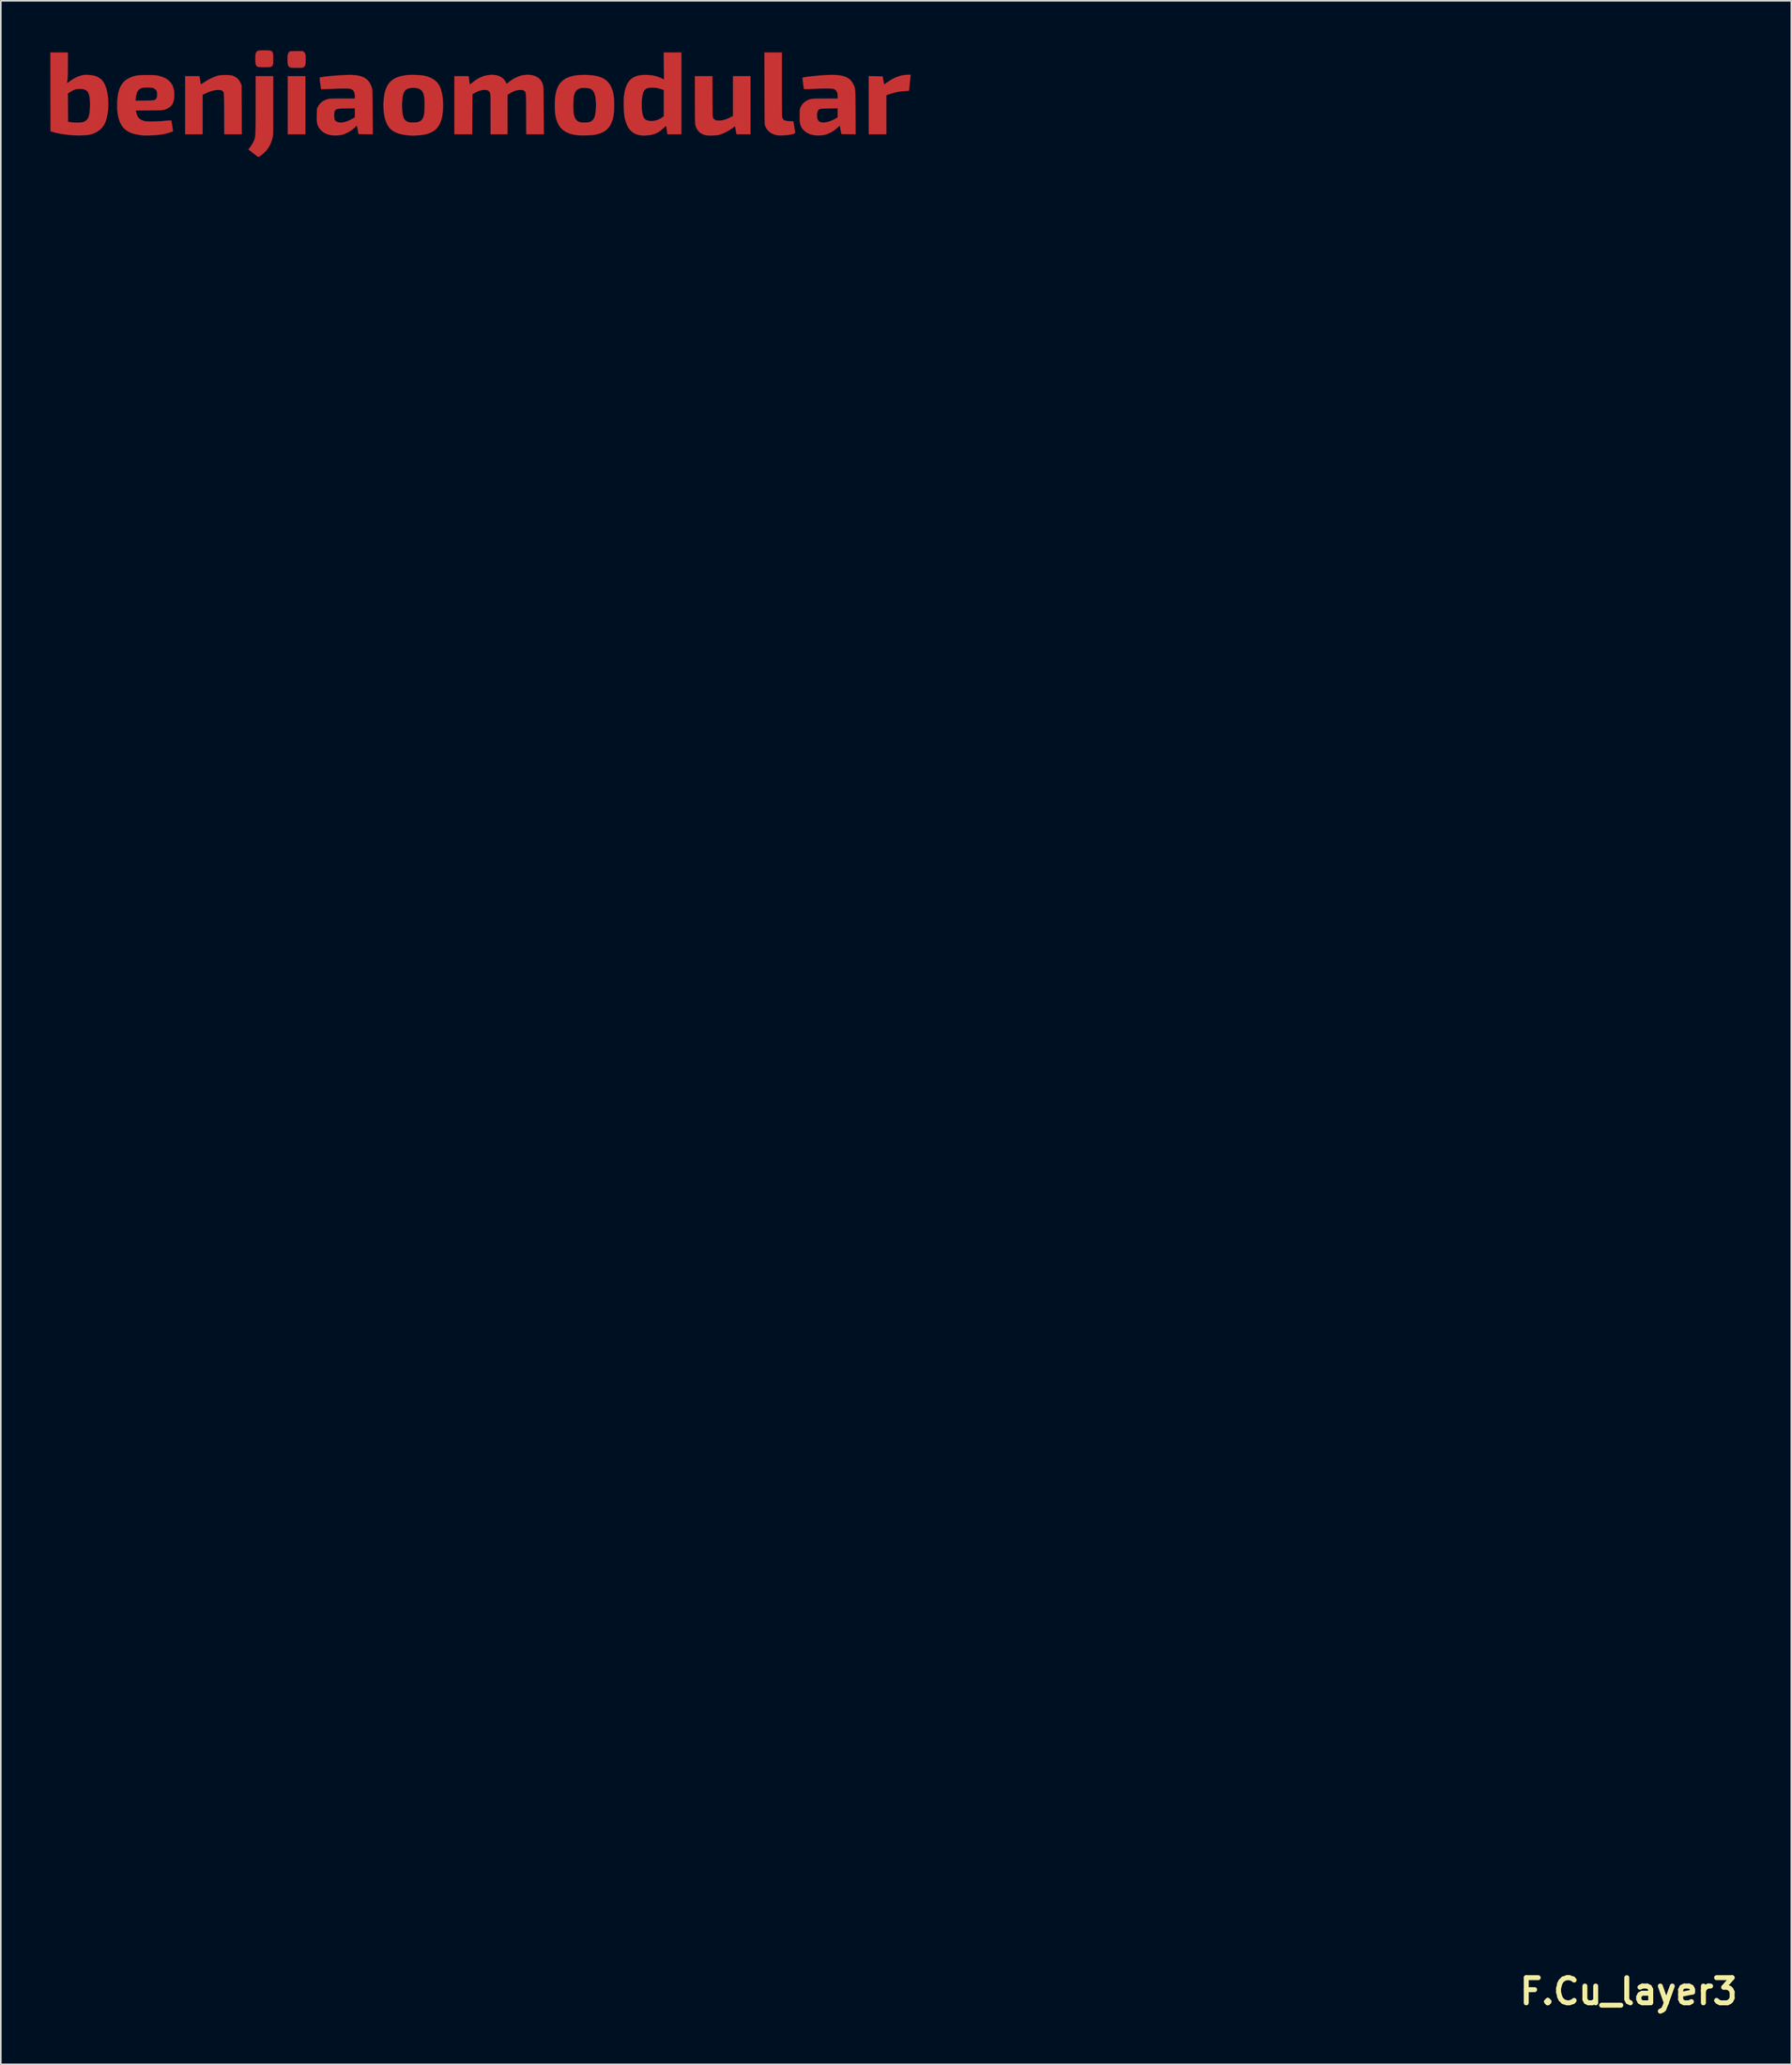
<source format=kicad_pcb>
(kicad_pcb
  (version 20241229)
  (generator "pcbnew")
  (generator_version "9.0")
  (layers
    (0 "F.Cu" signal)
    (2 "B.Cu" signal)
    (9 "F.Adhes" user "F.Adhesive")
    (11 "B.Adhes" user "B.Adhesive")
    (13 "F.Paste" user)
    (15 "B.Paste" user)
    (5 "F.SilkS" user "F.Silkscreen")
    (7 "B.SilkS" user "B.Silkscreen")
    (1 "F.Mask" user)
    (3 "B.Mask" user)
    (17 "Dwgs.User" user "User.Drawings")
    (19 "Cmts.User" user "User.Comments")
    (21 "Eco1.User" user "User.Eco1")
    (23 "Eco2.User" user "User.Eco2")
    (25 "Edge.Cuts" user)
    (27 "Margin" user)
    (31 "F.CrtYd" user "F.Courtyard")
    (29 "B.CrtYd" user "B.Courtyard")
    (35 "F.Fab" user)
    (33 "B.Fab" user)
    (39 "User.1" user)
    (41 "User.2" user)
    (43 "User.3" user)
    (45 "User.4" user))
  (footprint "F.Cu_layer3"
    (layer "F.Cu")
    (at 95.679 117.67)
    (property "Reference" "F.Cu_layer3" (at 0 0 0) (layer "F.SilkS") (effects (font (size 1.524 1.524) (thickness 0.3))))
    (attr through_hole)
    (fp_poly (pts (xy -80.222 -112.585) (xy -81.28 -112.585) (xy -81.28 -116.099) (xy -80.222 -116.099) (xy -80.222 -112.585)) (stroke (width 0.01) (type solid)) (fill yes) (layer "F.Cu"))
    (fp_poly (pts (xy -43.531 -116.115) (xy -43.536 -116.073) (xy -43.544 -115.996) (xy -43.555 -115.893) (xy -43.568 -115.772) (xy -43.582 -115.64) (xy -43.582 -115.636) (xy -43.595 -115.509) (xy -43.607 -115.398) (xy -43.617 -115.308) (xy -43.625 -115.248) (xy -43.629 -115.222) (xy -43.629 -115.221) (xy -43.651 -115.218) (xy -43.708 -115.213) (xy -43.792 -115.206) (xy -43.896 -115.198) (xy -43.953 -115.194) (xy -44.1 -115.181) (xy -44.231 -115.165) (xy -44.355 -115.143) (xy -44.485 -115.112) (xy -44.632 -115.071) (xy -44.803 -115.017) (xy -45 -114.954) (xy -45 -112.585) (xy -46.059 -112.585) (xy -46.059 -116.1) (xy -45.224 -116.089) (xy -45.181 -115.849) (xy -45.163 -115.755) (xy -45.146 -115.677) (xy -45.132 -115.624) (xy -45.124 -115.606) (xy -45.102 -115.616) (xy -45.055 -115.646) (xy -44.991 -115.69) (xy -44.965 -115.709) (xy -44.702 -115.885) (xy -44.443 -116.02) (xy -44.186 -116.114) (xy -43.929 -116.169) (xy -43.701 -116.184) (xy -43.521 -116.184) (xy -43.531 -116.115)) (stroke (width 0.01) (type solid)) (fill yes) (layer "F.Cu"))
    (fp_poly (pts (xy -82.548 -117.664) (xy -82.42 -117.657) (xy -82.324 -117.64) (xy -82.257 -117.609) (xy -82.212 -117.558) (xy -82.186 -117.483) (xy -82.173 -117.38) (xy -82.169 -117.244) (xy -82.169 -117.153) (xy -82.17 -117.026) (xy -82.172 -116.934) (xy -82.177 -116.868) (xy -82.185 -116.821) (xy -82.197 -116.786) (xy -82.211 -116.76) (xy -82.254 -116.708) (xy -82.302 -116.673) (xy -82.308 -116.67) (xy -82.356 -116.661) (xy -82.435 -116.654) (xy -82.537 -116.65) (xy -82.653 -116.649) (xy -82.773 -116.65) (xy -82.889 -116.654) (xy -82.992 -116.661) (xy -83.071 -116.669) (xy -83.119 -116.679) (xy -83.124 -116.681) (xy -83.171 -116.718) (xy -83.205 -116.774) (xy -83.229 -116.855) (xy -83.243 -116.965) (xy -83.248 -117.11) (xy -83.249 -117.159) (xy -83.246 -117.303) (xy -83.238 -117.412) (xy -83.221 -117.493) (xy -83.195 -117.551) (xy -83.156 -117.595) (xy -83.117 -117.623) (xy -83.087 -117.639) (xy -83.051 -117.651) (xy -83.004 -117.658) (xy -82.936 -117.663) (xy -82.842 -117.665) (xy -82.713 -117.665) (xy -82.548 -117.664)) (stroke (width 0.01) (type solid)) (fill yes) (layer "F.Cu"))
    (fp_poly (pts (xy -80.454 -117.62) (xy -80.404 -117.616) (xy -80.369 -117.608) (xy -80.344 -117.597) (xy -80.321 -117.58) (xy -80.319 -117.579) (xy -80.274 -117.536) (xy -80.242 -117.486) (xy -80.22 -117.421) (xy -80.207 -117.333) (xy -80.201 -117.215) (xy -80.201 -117.115) (xy -80.203 -116.971) (xy -80.211 -116.861) (xy -80.228 -116.781) (xy -80.254 -116.722) (xy -80.292 -116.678) (xy -80.332 -116.65) (xy -80.362 -116.634) (xy -80.397 -116.622) (xy -80.444 -116.615) (xy -80.509 -116.61) (xy -80.602 -116.608) (xy -80.729 -116.608) (xy -80.74 -116.608) (xy -80.893 -116.61) (xy -81.007 -116.615) (xy -81.088 -116.623) (xy -81.14 -116.636) (xy -81.146 -116.638) (xy -81.201 -116.672) (xy -81.242 -116.722) (xy -81.269 -116.795) (xy -81.287 -116.898) (xy -81.297 -117.035) (xy -81.297 -117.042) (xy -81.298 -117.224) (xy -81.285 -117.369) (xy -81.257 -117.477) (xy -81.215 -117.551) (xy -81.203 -117.562) (xy -81.183 -117.58) (xy -81.16 -117.593) (xy -81.128 -117.603) (xy -81.081 -117.609) (xy -81.013 -117.613) (xy -80.915 -117.616) (xy -80.783 -117.619) (xy -80.764 -117.619) (xy -80.627 -117.621) (xy -80.526 -117.622) (xy -80.454 -117.62)) (stroke (width 0.01) (type solid)) (fill yes) (layer "F.Cu"))
    (fp_poly (pts (xy -82.169 -114.316) (xy -82.169 -113.999) (xy -82.169 -113.721) (xy -82.17 -113.48) (xy -82.17 -113.273) (xy -82.171 -113.096) (xy -82.172 -112.946) (xy -82.174 -112.822) (xy -82.176 -112.719) (xy -82.179 -112.635) (xy -82.182 -112.567) (xy -82.186 -112.512) (xy -82.191 -112.467) (xy -82.196 -112.429) (xy -82.203 -112.395) (xy -82.21 -112.362) (xy -82.211 -112.357) (xy -82.292 -112.096) (xy -82.402 -111.861) (xy -82.546 -111.647) (xy -82.643 -111.533) (xy -82.7 -111.476) (xy -82.773 -111.411) (xy -82.852 -111.347) (xy -82.93 -111.289) (xy -82.998 -111.243) (xy -83.048 -111.215) (xy -83.067 -111.21) (xy -83.09 -111.223) (xy -83.141 -111.257) (xy -83.213 -111.31) (xy -83.301 -111.376) (xy -83.38 -111.437) (xy -83.67 -111.663) (xy -83.618 -111.727) (xy -83.538 -111.834) (xy -83.46 -111.951) (xy -83.392 -112.064) (xy -83.342 -112.162) (xy -83.333 -112.184) (xy -83.315 -112.231) (xy -83.299 -112.275) (xy -83.285 -112.321) (xy -83.273 -112.371) (xy -83.263 -112.427) (xy -83.254 -112.494) (xy -83.247 -112.573) (xy -83.241 -112.667) (xy -83.237 -112.781) (xy -83.234 -112.916) (xy -83.231 -113.075) (xy -83.229 -113.262) (xy -83.228 -113.479) (xy -83.228 -113.73) (xy -83.227 -114.017) (xy -83.227 -114.343) (xy -83.227 -116.099) (xy -82.169 -116.099) (xy -82.169 -114.316)) (stroke (width 0.01) (type solid)) (fill yes) (layer "F.Cu"))
    (fp_poly (pts (xy -84.971 -116.173) (xy -84.826 -116.165) (xy -84.702 -116.147) (xy -84.619 -116.126) (xy -84.452 -116.047) (xy -84.319 -115.945) (xy -84.213 -115.816) (xy -84.133 -115.658) (xy -84.085 -115.538) (xy -84.079 -114.062) (xy -84.073 -112.585) (xy -85.131 -112.585) (xy -85.137 -113.829) (xy -85.138 -114.091) (xy -85.14 -114.314) (xy -85.141 -114.501) (xy -85.143 -114.656) (xy -85.145 -114.782) (xy -85.147 -114.883) (xy -85.151 -114.961) (xy -85.154 -115.021) (xy -85.159 -115.065) (xy -85.165 -115.097) (xy -85.171 -115.121) (xy -85.179 -115.139) (xy -85.181 -115.143) (xy -85.227 -115.203) (xy -85.291 -115.243) (xy -85.379 -115.265) (xy -85.498 -115.271) (xy -85.566 -115.269) (xy -85.692 -115.257) (xy -85.819 -115.231) (xy -85.955 -115.19) (xy -86.111 -115.13) (xy -86.267 -115.061) (xy -86.445 -114.979) (xy -86.445 -112.585) (xy -87.503 -112.585) (xy -87.503 -116.099) (xy -86.643 -116.099) (xy -86.606 -115.882) (xy -86.589 -115.788) (xy -86.574 -115.706) (xy -86.563 -115.649) (xy -86.558 -115.629) (xy -86.548 -115.617) (xy -86.525 -115.62) (xy -86.484 -115.641) (xy -86.418 -115.683) (xy -86.35 -115.73) (xy -86.183 -115.836) (xy -86.001 -115.936) (xy -85.817 -116.024) (xy -85.642 -116.093) (xy -85.543 -116.124) (xy -85.423 -116.149) (xy -85.28 -116.165) (xy -85.126 -116.174) (xy -84.971 -116.173)) (stroke (width 0.01) (type solid)) (fill yes) (layer "F.Cu"))
    (fp_poly (pts (xy -51.329 -115.575) (xy -51.329 -115.241) (xy -51.329 -114.947) (xy -51.329 -114.69) (xy -51.328 -114.468) (xy -51.327 -114.277) (xy -51.326 -114.115) (xy -51.325 -113.981) (xy -51.323 -113.87) (xy -51.321 -113.78) (xy -51.318 -113.71) (xy -51.315 -113.655) (xy -51.311 -113.614) (xy -51.306 -113.584) (xy -51.301 -113.562) (xy -51.295 -113.546) (xy -51.292 -113.539) (xy -51.247 -113.476) (xy -51.184 -113.429) (xy -51.095 -113.398) (xy -50.976 -113.379) (xy -50.862 -113.372) (xy -50.637 -113.364) (xy -50.581 -113.033) (xy -50.562 -112.918) (xy -50.545 -112.815) (xy -50.533 -112.734) (xy -50.526 -112.682) (xy -50.525 -112.668) (xy -50.545 -112.642) (xy -50.601 -112.616) (xy -50.686 -112.591) (xy -50.794 -112.568) (xy -50.919 -112.547) (xy -51.053 -112.53) (xy -51.191 -112.517) (xy -51.325 -112.51) (xy -51.45 -112.509) (xy -51.559 -112.515) (xy -51.618 -112.523) (xy -51.821 -112.578) (xy -51.997 -112.665) (xy -52.144 -112.783) (xy -52.263 -112.931) (xy -52.334 -113.069) (xy -52.341 -113.085) (xy -52.347 -113.104) (xy -52.353 -113.127) (xy -52.357 -113.156) (xy -52.362 -113.195) (xy -52.365 -113.245) (xy -52.368 -113.309) (xy -52.371 -113.391) (xy -52.373 -113.491) (xy -52.375 -113.614) (xy -52.376 -113.76) (xy -52.378 -113.934) (xy -52.379 -114.137) (xy -52.38 -114.371) (xy -52.381 -114.64) (xy -52.382 -114.946) (xy -52.383 -115.291) (xy -52.383 -115.353) (xy -52.388 -117.538) (xy -51.329 -117.538) (xy -51.329 -115.575)) (stroke (width 0.01) (type solid)) (fill yes) (layer "F.Cu"))
    (fp_poly (pts (xy -55.537 -114.852) (xy -55.535 -114.591) (xy -55.534 -114.369) (xy -55.533 -114.183) (xy -55.531 -114.029) (xy -55.53 -113.904) (xy -55.527 -113.804) (xy -55.524 -113.727) (xy -55.521 -113.669) (xy -55.516 -113.627) (xy -55.511 -113.597) (xy -55.504 -113.575) (xy -55.496 -113.56) (xy -55.487 -113.546) (xy -55.486 -113.545) (xy -55.427 -113.48) (xy -55.359 -113.439) (xy -55.271 -113.416) (xy -55.154 -113.409) (xy -55.134 -113.409) (xy -54.984 -113.419) (xy -54.836 -113.449) (xy -54.678 -113.502) (xy -54.502 -113.582) (xy -54.478 -113.594) (xy -54.292 -113.687) (xy -54.292 -116.099) (xy -53.234 -116.099) (xy -53.234 -112.585) (xy -53.657 -112.585) (xy -53.786 -112.586) (xy -53.899 -112.587) (xy -53.99 -112.588) (xy -54.052 -112.59) (xy -54.08 -112.592) (xy -54.081 -112.592) (xy -54.084 -112.619) (xy -54.094 -112.676) (xy -54.108 -112.752) (xy -54.124 -112.837) (xy -54.14 -112.921) (xy -54.154 -112.993) (xy -54.165 -113.044) (xy -54.17 -113.062) (xy -54.188 -113.053) (xy -54.233 -113.024) (xy -54.297 -112.979) (xy -54.345 -112.944) (xy -54.557 -112.804) (xy -54.782 -112.684) (xy -55.005 -112.59) (xy -55.054 -112.573) (xy -55.132 -112.55) (xy -55.203 -112.533) (xy -55.276 -112.522) (xy -55.365 -112.515) (xy -55.478 -112.51) (xy -55.552 -112.508) (xy -55.703 -112.507) (xy -55.819 -112.51) (xy -55.907 -112.518) (xy -55.976 -112.531) (xy -55.981 -112.532) (xy -56.161 -112.6) (xy -56.309 -112.695) (xy -56.426 -112.818) (xy -56.514 -112.971) (xy -56.567 -113.126) (xy -56.574 -113.156) (xy -56.579 -113.195) (xy -56.584 -113.245) (xy -56.588 -113.311) (xy -56.591 -113.394) (xy -56.594 -113.498) (xy -56.596 -113.627) (xy -56.598 -113.783) (xy -56.599 -113.969) (xy -56.599 -114.189) (xy -56.6 -114.446) (xy -56.6 -114.675) (xy -56.6 -116.099) (xy -55.543 -116.099) (xy -55.537 -114.852)) (stroke (width 0.01) (type solid)) (fill yes) (layer "F.Cu"))
    (fp_poly (pts (xy -57.425 -112.585) (xy -58.267 -112.585) (xy -58.304 -112.834) (xy -58.319 -112.932) (xy -58.332 -113.013) (xy -58.343 -113.069) (xy -58.348 -113.091) (xy -58.365 -113.081) (xy -58.407 -113.047) (xy -58.465 -112.995) (xy -58.522 -112.943) (xy -58.67 -112.815) (xy -58.809 -112.717) (xy -58.952 -112.642) (xy -59.074 -112.595) (xy -59.259 -112.546) (xy -59.464 -112.516) (xy -59.671 -112.504) (xy -59.864 -112.514) (xy -59.928 -112.523) (xy -60.126 -112.572) (xy -60.299 -112.651) (xy -60.449 -112.76) (xy -60.578 -112.901) (xy -60.686 -113.076) (xy -60.775 -113.287) (xy -60.846 -113.535) (xy -60.866 -113.623) (xy -60.88 -113.716) (xy -60.892 -113.842) (xy -60.902 -113.993) (xy -60.909 -114.16) (xy -60.913 -114.333) (xy -60.914 -114.401) (xy -59.831 -114.401) (xy -59.827 -114.213) (xy -59.82 -114.105) (xy -59.802 -113.94) (xy -59.78 -113.809) (xy -59.752 -113.704) (xy -59.716 -113.617) (xy -59.681 -113.558) (xy -59.618 -113.483) (xy -59.538 -113.433) (xy -59.431 -113.402) (xy -59.377 -113.393) (xy -59.31 -113.385) (xy -59.252 -113.382) (xy -59.188 -113.384) (xy -59.107 -113.392) (xy -59.032 -113.4) (xy -58.94 -113.423) (xy -58.827 -113.466) (xy -58.708 -113.524) (xy -58.594 -113.591) (xy -58.578 -113.602) (xy -58.483 -113.667) (xy -58.483 -115.27) (xy -58.626 -115.312) (xy -58.716 -115.339) (xy -58.805 -115.364) (xy -58.864 -115.381) (xy -58.945 -115.395) (xy -59.052 -115.404) (xy -59.171 -115.408) (xy -59.29 -115.406) (xy -59.393 -115.398) (xy -59.47 -115.385) (xy -59.473 -115.384) (xy -59.584 -115.329) (xy -59.672 -115.239) (xy -59.738 -115.113) (xy -59.753 -115.068) (xy -59.785 -114.936) (xy -59.809 -114.773) (xy -59.824 -114.591) (xy -59.831 -114.401) (xy -60.914 -114.401) (xy -60.914 -114.504) (xy -60.912 -114.664) (xy -60.907 -114.804) (xy -60.898 -114.912) (xy -60.854 -115.188) (xy -60.789 -115.427) (xy -60.701 -115.631) (xy -60.591 -115.801) (xy -60.456 -115.938) (xy -60.294 -116.043) (xy -60.106 -116.118) (xy -59.888 -116.163) (xy -59.641 -116.18) (xy -59.489 -116.178) (xy -59.192 -116.149) (xy -58.921 -116.089) (xy -58.677 -115.999) (xy -58.632 -115.977) (xy -58.473 -115.898) (xy -58.488 -117.538) (xy -57.425 -117.538) (xy -57.425 -112.585)) (stroke (width 0.01) (type solid)) (fill yes) (layer "F.Cu"))
    (fp_poly (pts (xy -94.615 -116.803) (xy -94.616 -116.569) (xy -94.618 -116.372) (xy -94.622 -116.208) (xy -94.628 -116.07) (xy -94.636 -115.955) (xy -94.646 -115.857) (xy -94.659 -115.77) (xy -94.67 -115.711) (xy -94.674 -115.687) (xy -94.668 -115.677) (xy -94.647 -115.684) (xy -94.606 -115.711) (xy -94.54 -115.76) (xy -94.496 -115.794) (xy -94.254 -115.955) (xy -94.004 -116.075) (xy -93.79 -116.144) (xy -93.698 -116.165) (xy -93.616 -116.177) (xy -93.53 -116.182) (xy -93.425 -116.18) (xy -93.366 -116.178) (xy -93.171 -116.16) (xy -93.007 -116.127) (xy -92.862 -116.076) (xy -92.728 -116.003) (xy -92.719 -115.997) (xy -92.629 -115.934) (xy -92.561 -115.875) (xy -92.504 -115.808) (xy -92.444 -115.718) (xy -92.427 -115.689) (xy -92.342 -115.516) (xy -92.273 -115.311) (xy -92.222 -115.081) (xy -92.186 -114.832) (xy -92.168 -114.572) (xy -92.166 -114.308) (xy -92.182 -114.047) (xy -92.214 -113.795) (xy -92.264 -113.56) (xy -92.331 -113.348) (xy -92.387 -113.221) (xy -92.503 -113.035) (xy -92.652 -112.874) (xy -92.829 -112.742) (xy -93.034 -112.639) (xy -93.261 -112.568) (xy -93.286 -112.562) (xy -93.447 -112.537) (xy -93.64 -112.52) (xy -93.854 -112.511) (xy -94.079 -112.512) (xy -94.306 -112.522) (xy -94.435 -112.532) (xy -94.682 -112.559) (xy -94.916 -112.591) (xy -95.13 -112.627) (xy -95.317 -112.665) (xy -95.469 -112.706) (xy -95.483 -112.71) (xy -95.663 -112.767) (xy -95.668 -115.057) (xy -94.615 -115.057) (xy -94.61 -114.197) (xy -94.604 -113.337) (xy -94.467 -113.313) (xy -94.357 -113.299) (xy -94.228 -113.29) (xy -94.089 -113.286) (xy -93.953 -113.288) (xy -93.83 -113.295) (xy -93.731 -113.307) (xy -93.687 -113.317) (xy -93.56 -113.375) (xy -93.454 -113.464) (xy -93.385 -113.564) (xy -93.344 -113.671) (xy -93.312 -113.81) (xy -93.288 -113.975) (xy -93.274 -114.155) (xy -93.268 -114.344) (xy -93.271 -114.532) (xy -93.284 -114.712) (xy -93.307 -114.874) (xy -93.336 -114.997) (xy -93.389 -115.122) (xy -93.465 -115.216) (xy -93.569 -115.282) (xy -93.701 -115.321) (xy -93.865 -115.335) (xy -93.934 -115.334) (xy -94.05 -115.324) (xy -94.152 -115.304) (xy -94.251 -115.27) (xy -94.358 -115.217) (xy -94.485 -115.141) (xy -94.513 -115.123) (xy -94.615 -115.057) (xy -95.668 -115.057) (xy -95.668 -115.153) (xy -95.674 -117.538) (xy -94.615 -117.538) (xy -94.615 -116.803)) (stroke (width 0.01) (type solid)) (fill yes) (layer "F.Cu"))
    (fp_poly (pts (xy -73.584 -116.179) (xy -73.401 -116.171) (xy -73.229 -116.158) (xy -73.082 -116.141) (xy -73.025 -116.131) (xy -72.783 -116.067) (xy -72.569 -115.978) (xy -72.385 -115.863) (xy -72.233 -115.726) (xy -72.115 -115.567) (xy -72.089 -115.519) (xy -72.011 -115.333) (xy -71.949 -115.115) (xy -71.904 -114.87) (xy -71.876 -114.607) (xy -71.867 -114.332) (xy -71.877 -114.052) (xy -71.88 -114.014) (xy -71.916 -113.725) (xy -71.972 -113.471) (xy -72.052 -113.251) (xy -72.155 -113.064) (xy -72.285 -112.907) (xy -72.443 -112.779) (xy -72.63 -112.677) (xy -72.849 -112.6) (xy -73.1 -112.547) (xy -73.293 -112.522) (xy -73.428 -112.512) (xy -73.58 -112.507) (xy -73.734 -112.505) (xy -73.874 -112.508) (xy -73.978 -112.515) (xy -74.263 -112.553) (xy -74.512 -112.61) (xy -74.725 -112.686) (xy -74.904 -112.78) (xy -75.051 -112.895) (xy -75.146 -113.002) (xy -75.254 -113.177) (xy -75.342 -113.385) (xy -75.41 -113.622) (xy -75.455 -113.884) (xy -75.479 -114.167) (xy -75.479 -114.353) (xy -74.357 -114.353) (xy -74.353 -114.114) (xy -74.339 -113.913) (xy -74.313 -113.746) (xy -74.274 -113.611) (xy -74.222 -113.504) (xy -74.153 -113.422) (xy -74.068 -113.361) (xy -73.964 -113.318) (xy -73.922 -113.306) (xy -73.865 -113.298) (xy -73.78 -113.293) (xy -73.68 -113.291) (xy -73.625 -113.292) (xy -73.518 -113.297) (xy -73.44 -113.305) (xy -73.378 -113.32) (xy -73.317 -113.344) (xy -73.292 -113.356) (xy -73.206 -113.406) (xy -73.147 -113.464) (xy -73.118 -113.508) (xy -73.079 -113.581) (xy -73.049 -113.656) (xy -73.027 -113.741) (xy -73.011 -113.842) (xy -72.999 -113.967) (xy -72.992 -114.123) (xy -72.989 -114.22) (xy -72.986 -114.477) (xy -72.995 -114.696) (xy -73.017 -114.879) (xy -73.053 -115.03) (xy -73.105 -115.15) (xy -73.174 -115.243) (xy -73.262 -115.312) (xy -73.369 -115.358) (xy -73.498 -115.386) (xy -73.597 -115.395) (xy -73.77 -115.397) (xy -73.917 -115.377) (xy -74.039 -115.335) (xy -74.139 -115.267) (xy -74.217 -115.171) (xy -74.277 -115.045) (xy -74.319 -114.886) (xy -74.344 -114.692) (xy -74.356 -114.461) (xy -74.357 -114.353) (xy -75.479 -114.353) (xy -75.48 -114.467) (xy -75.458 -114.761) (xy -75.416 -115.041) (xy -75.35 -115.285) (xy -75.261 -115.496) (xy -75.145 -115.676) (xy -75.001 -115.825) (xy -74.827 -115.947) (xy -74.623 -116.042) (xy -74.385 -116.112) (xy -74.113 -116.16) (xy -74.079 -116.164) (xy -73.936 -116.175) (xy -73.767 -116.18) (xy -73.584 -116.179)) (stroke (width 0.01) (type solid)) (fill yes) (layer "F.Cu"))
    (fp_poly (pts (xy -68.656 -116.161) (xy -68.653 -116.161) (xy -68.477 -116.109) (xy -68.32 -116.026) (xy -68.188 -115.914) (xy -68.087 -115.777) (xy -68.071 -115.746) (xy -68.041 -115.688) (xy -68.02 -115.647) (xy -68.014 -115.636) (xy -67.998 -115.644) (xy -67.96 -115.674) (xy -67.928 -115.702) (xy -67.778 -115.821) (xy -67.606 -115.932) (xy -67.423 -116.028) (xy -67.242 -116.103) (xy -67.075 -116.151) (xy -67.073 -116.151) (xy -66.847 -116.182) (xy -66.634 -116.182) (xy -66.438 -116.153) (xy -66.262 -116.095) (xy -66.111 -116.011) (xy -65.987 -115.9) (xy -65.905 -115.782) (xy -65.881 -115.738) (xy -65.86 -115.698) (xy -65.842 -115.658) (xy -65.827 -115.616) (xy -65.814 -115.569) (xy -65.804 -115.512) (xy -65.796 -115.443) (xy -65.789 -115.358) (xy -65.784 -115.254) (xy -65.78 -115.128) (xy -65.777 -114.976) (xy -65.775 -114.796) (xy -65.773 -114.583) (xy -65.772 -114.335) (xy -65.77 -114.048) (xy -65.77 -114.02) (xy -65.763 -112.585) (xy -66.821 -112.585) (xy -66.828 -113.818) (xy -66.829 -114.088) (xy -66.83 -114.318) (xy -66.832 -114.512) (xy -66.834 -114.674) (xy -66.838 -114.807) (xy -66.842 -114.914) (xy -66.849 -114.998) (xy -66.857 -115.063) (xy -66.868 -115.112) (xy -66.882 -115.148) (xy -66.899 -115.174) (xy -66.919 -115.195) (xy -66.944 -115.212) (xy -66.972 -115.23) (xy -66.978 -115.234) (xy -67.017 -115.254) (xy -67.061 -115.266) (xy -67.121 -115.271) (xy -67.209 -115.269) (xy -67.236 -115.268) (xy -67.354 -115.257) (xy -67.465 -115.233) (xy -67.578 -115.192) (xy -67.703 -115.13) (xy -67.84 -115.051) (xy -67.966 -114.974) (xy -67.966 -112.585) (xy -68.982 -112.585) (xy -68.983 -113.797) (xy -68.983 -114.055) (xy -68.983 -114.274) (xy -68.984 -114.458) (xy -68.985 -114.609) (xy -68.986 -114.733) (xy -68.988 -114.831) (xy -68.991 -114.908) (xy -68.995 -114.966) (xy -69 -115.011) (xy -69.005 -115.044) (xy -69.012 -115.069) (xy -69.02 -115.091) (xy -69.024 -115.099) (xy -69.075 -115.181) (xy -69.143 -115.236) (xy -69.237 -115.265) (xy -69.356 -115.274) (xy -69.529 -115.258) (xy -69.705 -115.208) (xy -69.891 -115.123) (xy -69.935 -115.099) (xy -70.093 -115.008) (xy -70.099 -113.797) (xy -70.104 -112.585) (xy -71.183 -112.585) (xy -71.183 -116.099) (xy -70.322 -116.099) (xy -70.285 -115.845) (xy -70.27 -115.748) (xy -70.257 -115.667) (xy -70.247 -115.613) (xy -70.241 -115.591) (xy -70.241 -115.591) (xy -70.223 -115.604) (xy -70.182 -115.637) (xy -70.126 -115.684) (xy -70.122 -115.688) (xy -69.886 -115.868) (xy -69.644 -116.008) (xy -69.399 -116.108) (xy -69.152 -116.167) (xy -68.904 -116.185) (xy -68.656 -116.161)) (stroke (width 0.01) (type solid)) (fill yes) (layer "F.Cu"))
    (fp_poly (pts (xy -63.151 -116.177) (xy -62.852 -116.156) (xy -62.589 -116.115) (xy -62.36 -116.052) (xy -62.163 -115.967) (xy -61.995 -115.858) (xy -61.855 -115.724) (xy -61.742 -115.565) (xy -61.652 -115.378) (xy -61.639 -115.344) (xy -61.594 -115.214) (xy -61.56 -115.09) (xy -61.535 -114.965) (xy -61.518 -114.83) (xy -61.507 -114.677) (xy -61.502 -114.495) (xy -61.501 -114.342) (xy -61.503 -114.135) (xy -61.51 -113.961) (xy -61.522 -113.812) (xy -61.542 -113.68) (xy -61.57 -113.555) (xy -61.607 -113.431) (xy -61.637 -113.346) (xy -61.725 -113.148) (xy -61.838 -112.981) (xy -61.976 -112.841) (xy -62.143 -112.729) (xy -62.342 -112.64) (xy -62.574 -112.574) (xy -62.681 -112.552) (xy -62.792 -112.537) (xy -62.934 -112.525) (xy -63.095 -112.516) (xy -63.263 -112.512) (xy -63.428 -112.511) (xy -63.577 -112.514) (xy -63.699 -112.522) (xy -63.712 -112.523) (xy -63.986 -112.567) (xy -64.226 -112.635) (xy -64.433 -112.728) (xy -64.608 -112.846) (xy -64.754 -112.991) (xy -64.871 -113.165) (xy -64.962 -113.367) (xy -64.979 -113.42) (xy -65.025 -113.58) (xy -65.057 -113.744) (xy -65.079 -113.919) (xy -65.091 -114.116) (xy -65.093 -114.231) (xy -63.977 -114.231) (xy -63.973 -114.076) (xy -63.965 -113.939) (xy -63.953 -113.83) (xy -63.949 -113.805) (xy -63.903 -113.639) (xy -63.837 -113.504) (xy -63.752 -113.403) (xy -63.649 -113.339) (xy -63.622 -113.33) (xy -63.558 -113.31) (xy -63.504 -113.298) (xy -63.448 -113.292) (xy -63.378 -113.29) (xy -63.283 -113.291) (xy -63.245 -113.292) (xy -63.133 -113.296) (xy -63.052 -113.305) (xy -62.988 -113.319) (xy -62.931 -113.341) (xy -62.92 -113.346) (xy -62.812 -113.422) (xy -62.726 -113.529) (xy -62.667 -113.664) (xy -62.664 -113.674) (xy -62.642 -113.776) (xy -62.623 -113.909) (xy -62.608 -114.06) (xy -62.599 -114.22) (xy -62.596 -114.376) (xy -62.6 -114.517) (xy -62.6 -114.522) (xy -62.617 -114.726) (xy -62.643 -114.894) (xy -62.679 -115.029) (xy -62.726 -115.138) (xy -62.786 -115.224) (xy -62.83 -115.268) (xy -62.898 -115.319) (xy -62.971 -115.354) (xy -63.059 -115.376) (xy -63.171 -115.387) (xy -63.299 -115.39) (xy -63.407 -115.389) (xy -63.484 -115.385) (xy -63.544 -115.375) (xy -63.598 -115.357) (xy -63.653 -115.333) (xy -63.754 -115.271) (xy -63.832 -115.185) (xy -63.891 -115.07) (xy -63.937 -114.921) (xy -63.938 -114.916) (xy -63.953 -114.824) (xy -63.965 -114.699) (xy -63.972 -114.552) (xy -63.976 -114.392) (xy -63.977 -114.231) (xy -65.093 -114.231) (xy -65.095 -114.345) (xy -65.095 -114.364) (xy -65.089 -114.606) (xy -65.073 -114.817) (xy -65.045 -115.006) (xy -65.005 -115.182) (xy -64.969 -115.299) (xy -64.884 -115.501) (xy -64.769 -115.676) (xy -64.625 -115.825) (xy -64.451 -115.947) (xy -64.245 -116.043) (xy -64.008 -116.113) (xy -63.738 -116.159) (xy -63.435 -116.179) (xy -63.151 -116.177)) (stroke (width 0.01) (type solid)) (fill yes) (layer "F.Cu"))
    (fp_poly (pts (xy -77.373 -116.177) (xy -77.365 -116.177) (xy -77.11 -116.153) (xy -76.889 -116.108) (xy -76.701 -116.039) (xy -76.543 -115.946) (xy -76.412 -115.825) (xy -76.306 -115.677) (xy -76.222 -115.498) (xy -76.185 -115.386) (xy -76.178 -115.358) (xy -76.171 -115.323) (xy -76.166 -115.28) (xy -76.161 -115.225) (xy -76.157 -115.154) (xy -76.154 -115.064) (xy -76.151 -114.953) (xy -76.149 -114.815) (xy -76.147 -114.649) (xy -76.145 -114.451) (xy -76.143 -114.218) (xy -76.142 -113.946) (xy -76.142 -113.924) (xy -76.134 -112.585) (xy -76.564 -112.59) (xy -76.993 -112.596) (xy -77.02 -112.744) (xy -77.037 -112.84) (xy -77.056 -112.939) (xy -77.07 -113.005) (xy -77.093 -113.118) (xy -77.223 -112.993) (xy -77.429 -112.821) (xy -77.649 -112.686) (xy -77.89 -112.584) (xy -77.946 -112.566) (xy -78.083 -112.535) (xy -78.246 -112.515) (xy -78.417 -112.509) (xy -78.581 -112.516) (xy -78.691 -112.531) (xy -78.896 -112.588) (xy -79.078 -112.675) (xy -79.233 -112.789) (xy -79.358 -112.927) (xy -79.45 -113.088) (xy -79.49 -113.203) (xy -79.504 -113.261) (xy -79.513 -113.325) (xy -79.519 -113.402) (xy -79.522 -113.501) (xy -79.521 -113.628) (xy -79.52 -113.728) (xy -78.475 -113.728) (xy -78.469 -113.593) (xy -78.451 -113.491) (xy -78.415 -113.417) (xy -78.359 -113.363) (xy -78.28 -113.322) (xy -78.259 -113.314) (xy -78.125 -113.288) (xy -77.966 -113.295) (xy -77.855 -113.316) (xy -77.687 -113.366) (xy -77.521 -113.436) (xy -77.359 -113.523) (xy -77.216 -113.606) (xy -77.216 -114.156) (xy -77.729 -114.148) (xy -77.909 -114.145) (xy -78.052 -114.14) (xy -78.163 -114.133) (xy -78.247 -114.122) (xy -78.31 -114.107) (xy -78.356 -114.086) (xy -78.39 -114.058) (xy -78.419 -114.022) (xy -78.434 -113.998) (xy -78.455 -113.955) (xy -78.467 -113.903) (xy -78.473 -113.83) (xy -78.475 -113.728) (xy -79.52 -113.728) (xy -79.52 -113.729) (xy -79.513 -114.121) (xy -79.443 -114.262) (xy -79.345 -114.415) (xy -79.215 -114.541) (xy -79.055 -114.638) (xy -78.867 -114.706) (xy -78.841 -114.713) (xy -78.794 -114.722) (xy -78.733 -114.729) (xy -78.653 -114.734) (xy -78.551 -114.738) (xy -78.422 -114.741) (xy -78.261 -114.743) (xy -78.064 -114.744) (xy -77.962 -114.744) (xy -77.216 -114.745) (xy -77.216 -114.885) (xy -77.225 -115.026) (xy -77.253 -115.135) (xy -77.302 -115.218) (xy -77.336 -115.253) (xy -77.375 -115.284) (xy -77.416 -115.309) (xy -77.464 -115.328) (xy -77.524 -115.342) (xy -77.601 -115.35) (xy -77.7 -115.355) (xy -77.827 -115.356) (xy -77.987 -115.354) (xy -78.158 -115.351) (xy -78.327 -115.347) (xy -78.498 -115.342) (xy -78.662 -115.337) (xy -78.809 -115.332) (xy -78.93 -115.327) (xy -78.995 -115.324) (xy -79.262 -115.31) (xy -79.31 -115.653) (xy -79.325 -115.769) (xy -79.337 -115.869) (xy -79.345 -115.947) (xy -79.348 -115.995) (xy -79.346 -116.008) (xy -79.312 -116.023) (xy -79.241 -116.039) (xy -79.137 -116.056) (xy -79.007 -116.074) (xy -78.855 -116.091) (xy -78.687 -116.109) (xy -78.508 -116.125) (xy -78.322 -116.14) (xy -78.136 -116.153) (xy -77.954 -116.164) (xy -77.781 -116.172) (xy -77.624 -116.178) (xy -77.486 -116.179) (xy -77.373 -116.177)) (stroke (width 0.01) (type solid)) (fill yes) (layer "F.Cu"))
    (fp_poly (pts (xy -48.141 -116.178) (xy -47.896 -116.16) (xy -47.684 -116.124) (xy -47.502 -116.071) (xy -47.347 -115.998) (xy -47.218 -115.907) (xy -47.112 -115.795) (xy -47.027 -115.662) (xy -47.027 -115.661) (xy -46.998 -115.605) (xy -46.972 -115.555) (xy -46.951 -115.508) (xy -46.933 -115.46) (xy -46.918 -115.407) (xy -46.906 -115.346) (xy -46.896 -115.273) (xy -46.888 -115.185) (xy -46.883 -115.078) (xy -46.878 -114.95) (xy -46.875 -114.796) (xy -46.873 -114.612) (xy -46.871 -114.396) (xy -46.87 -114.144) (xy -46.868 -113.924) (xy -46.861 -112.585) (xy -47.29 -112.59) (xy -47.719 -112.596) (xy -47.77 -112.856) (xy -47.821 -113.116) (xy -47.951 -112.992) (xy -48.153 -112.825) (xy -48.372 -112.689) (xy -48.602 -112.588) (xy -48.715 -112.554) (xy -48.846 -112.529) (xy -49.002 -112.514) (xy -49.165 -112.51) (xy -49.318 -112.517) (xy -49.42 -112.531) (xy -49.611 -112.584) (xy -49.786 -112.665) (xy -49.94 -112.77) (xy -50.065 -112.894) (xy -50.153 -113.027) (xy -50.188 -113.105) (xy -50.214 -113.186) (xy -50.232 -113.276) (xy -50.243 -113.384) (xy -50.248 -113.517) (xy -50.247 -113.683) (xy -50.246 -113.739) (xy -50.245 -113.787) (xy -49.206 -113.787) (xy -49.205 -113.626) (xy -49.176 -113.497) (xy -49.119 -113.399) (xy -49.034 -113.332) (xy -48.919 -113.295) (xy -48.775 -113.289) (xy -48.601 -113.313) (xy -48.593 -113.315) (xy -48.406 -113.37) (xy -48.205 -113.458) (xy -48.064 -113.535) (xy -47.943 -113.606) (xy -47.943 -114.157) (xy -48.466 -114.147) (xy -48.65 -114.143) (xy -48.795 -114.138) (xy -48.904 -114.132) (xy -48.982 -114.125) (xy -49.032 -114.116) (xy -49.049 -114.11) (xy -49.121 -114.053) (xy -49.172 -113.963) (xy -49.201 -113.839) (xy -49.206 -113.787) (xy -50.245 -113.787) (xy -50.243 -113.877) (xy -50.24 -113.979) (xy -50.235 -114.055) (xy -50.227 -114.112) (xy -50.216 -114.158) (xy -50.201 -114.2) (xy -50.183 -114.24) (xy -50.088 -114.395) (xy -49.962 -114.525) (xy -49.83 -114.614) (xy -49.767 -114.646) (xy -49.707 -114.672) (xy -49.644 -114.694) (xy -49.575 -114.71) (xy -49.494 -114.723) (xy -49.395 -114.732) (xy -49.275 -114.738) (xy -49.129 -114.742) (xy -48.951 -114.743) (xy -48.736 -114.744) (xy -48.689 -114.744) (xy -47.943 -114.745) (xy -47.943 -114.898) (xy -47.956 -115.047) (xy -47.994 -115.164) (xy -48.06 -115.252) (xy -48.154 -115.313) (xy -48.19 -115.328) (xy -48.254 -115.341) (xy -48.359 -115.351) (xy -48.502 -115.356) (xy -48.682 -115.357) (xy -48.896 -115.354) (xy -49.144 -115.347) (xy -49.422 -115.336) (xy -49.451 -115.334) (xy -49.595 -115.328) (xy -49.725 -115.323) (xy -49.835 -115.319) (xy -49.918 -115.317) (xy -49.97 -115.317) (xy -49.984 -115.318) (xy -49.991 -115.343) (xy -50.002 -115.401) (xy -50.015 -115.482) (xy -50.029 -115.58) (xy -50.043 -115.684) (xy -50.056 -115.786) (xy -50.066 -115.878) (xy -50.073 -115.951) (xy -50.076 -115.996) (xy -50.074 -116.007) (xy -50.043 -116.019) (xy -49.974 -116.034) (xy -49.872 -116.051) (xy -49.743 -116.069) (xy -49.591 -116.087) (xy -49.422 -116.106) (xy -49.239 -116.124) (xy -49.048 -116.141) (xy -48.854 -116.156) (xy -48.737 -116.165) (xy -48.421 -116.179) (xy -48.141 -116.178)) (stroke (width 0.01) (type solid)) (fill yes) (layer "F.Cu"))
    (fp_poly (pts (xy -89.645 -116.171) (xy -89.514 -116.168) (xy -89.409 -116.164) (xy -89.322 -116.158) (xy -89.245 -116.148) (xy -89.17 -116.135) (xy -89.122 -116.125) (xy -88.884 -116.057) (xy -88.68 -115.964) (xy -88.51 -115.845) (xy -88.374 -115.701) (xy -88.271 -115.532) (xy -88.202 -115.336) (xy -88.167 -115.116) (xy -88.165 -114.882) (xy -88.188 -114.679) (xy -88.234 -114.509) (xy -88.305 -114.37) (xy -88.404 -114.256) (xy -88.534 -114.165) (xy -88.698 -114.093) (xy -88.762 -114.071) (xy -88.799 -114.063) (xy -88.849 -114.055) (xy -88.916 -114.049) (xy -89.004 -114.044) (xy -89.118 -114.04) (xy -89.261 -114.036) (xy -89.438 -114.033) (xy -89.653 -114.031) (xy -89.68 -114.03) (xy -90.492 -114.022) (xy -90.48 -113.944) (xy -90.437 -113.77) (xy -90.371 -113.63) (xy -90.278 -113.522) (xy -90.155 -113.442) (xy -90.001 -113.387) (xy -89.895 -113.366) (xy -89.803 -113.358) (xy -89.676 -113.353) (xy -89.522 -113.353) (xy -89.346 -113.356) (xy -89.158 -113.364) (xy -88.962 -113.375) (xy -88.768 -113.389) (xy -88.657 -113.399) (xy -88.549 -113.408) (xy -88.457 -113.414) (xy -88.389 -113.417) (xy -88.352 -113.415) (xy -88.348 -113.414) (xy -88.341 -113.39) (xy -88.329 -113.333) (xy -88.315 -113.253) (xy -88.3 -113.158) (xy -88.284 -113.057) (xy -88.269 -112.958) (xy -88.258 -112.872) (xy -88.25 -112.806) (xy -88.247 -112.769) (xy -88.248 -112.765) (xy -88.27 -112.754) (xy -88.319 -112.733) (xy -88.365 -112.715) (xy -88.569 -112.648) (xy -88.809 -112.594) (xy -89.08 -112.552) (xy -89.379 -112.525) (xy -89.662 -112.512) (xy -89.785 -112.51) (xy -89.899 -112.509) (xy -89.994 -112.51) (xy -90.062 -112.512) (xy -90.085 -112.513) (xy -90.349 -112.552) (xy -90.576 -112.6) (xy -90.771 -112.661) (xy -90.938 -112.737) (xy -91.082 -112.828) (xy -91.207 -112.938) (xy -91.259 -112.994) (xy -91.377 -113.158) (xy -91.472 -113.356) (xy -91.545 -113.586) (xy -91.596 -113.845) (xy -91.623 -114.131) (xy -91.625 -114.441) (xy -91.623 -114.501) (xy -91.615 -114.613) (xy -90.515 -114.613) (xy -89.956 -114.621) (xy -89.783 -114.624) (xy -89.647 -114.627) (xy -89.542 -114.631) (xy -89.464 -114.636) (xy -89.408 -114.642) (xy -89.368 -114.65) (xy -89.34 -114.661) (xy -89.331 -114.665) (xy -89.263 -114.725) (xy -89.219 -114.819) (xy -89.199 -114.943) (xy -89.2 -115.039) (xy -89.214 -115.151) (xy -89.245 -115.234) (xy -89.301 -115.299) (xy -89.388 -115.358) (xy -89.389 -115.358) (xy -89.434 -115.381) (xy -89.48 -115.397) (xy -89.536 -115.407) (xy -89.614 -115.414) (xy -89.722 -115.418) (xy -89.739 -115.419) (xy -89.906 -115.419) (xy -90.038 -115.408) (xy -90.144 -115.385) (xy -90.23 -115.346) (xy -90.304 -115.291) (xy -90.33 -115.265) (xy -90.396 -115.179) (xy -90.444 -115.071) (xy -90.479 -114.935) (xy -90.501 -114.769) (xy -90.515 -114.613) (xy -91.615 -114.613) (xy -91.601 -114.798) (xy -91.56 -115.058) (xy -91.5 -115.284) (xy -91.419 -115.48) (xy -91.316 -115.647) (xy -91.19 -115.788) (xy -91.04 -115.906) (xy -90.901 -115.985) (xy -90.779 -116.041) (xy -90.662 -116.085) (xy -90.541 -116.119) (xy -90.409 -116.143) (xy -90.259 -116.159) (xy -90.084 -116.168) (xy -89.876 -116.171) (xy -89.81 -116.171) (xy -89.645 -116.171)) (stroke (width 0.01) (type solid)) (fill yes) (layer "F.Cu")))
  (gr_rect
    (start -3 -3)
    (end 105.544 122.088)
    (stroke (width 0.1) (type default))
    (fill no)
    (layer "Edge.Cuts")))
</source>
